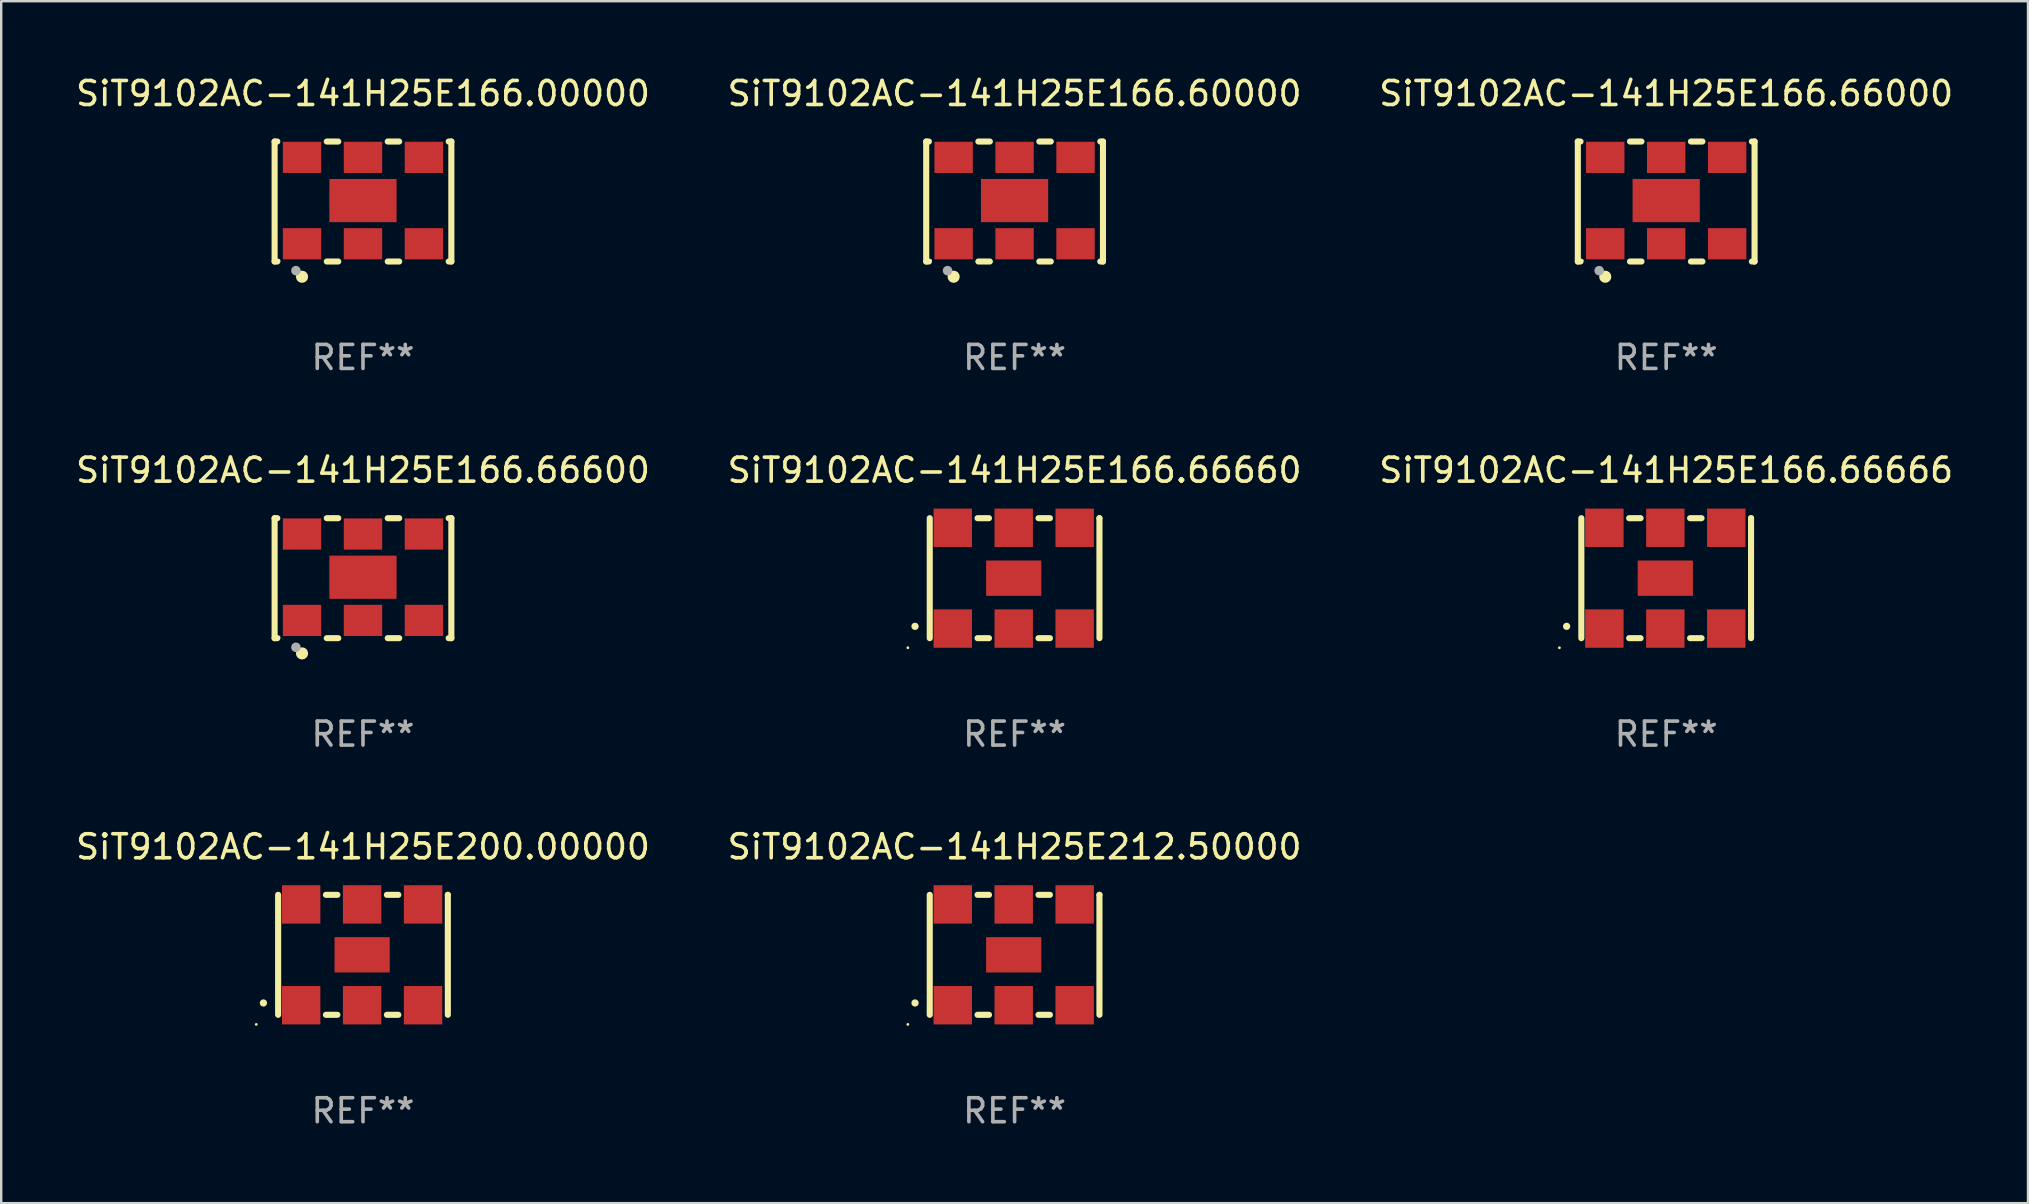
<source format=kicad_pcb>
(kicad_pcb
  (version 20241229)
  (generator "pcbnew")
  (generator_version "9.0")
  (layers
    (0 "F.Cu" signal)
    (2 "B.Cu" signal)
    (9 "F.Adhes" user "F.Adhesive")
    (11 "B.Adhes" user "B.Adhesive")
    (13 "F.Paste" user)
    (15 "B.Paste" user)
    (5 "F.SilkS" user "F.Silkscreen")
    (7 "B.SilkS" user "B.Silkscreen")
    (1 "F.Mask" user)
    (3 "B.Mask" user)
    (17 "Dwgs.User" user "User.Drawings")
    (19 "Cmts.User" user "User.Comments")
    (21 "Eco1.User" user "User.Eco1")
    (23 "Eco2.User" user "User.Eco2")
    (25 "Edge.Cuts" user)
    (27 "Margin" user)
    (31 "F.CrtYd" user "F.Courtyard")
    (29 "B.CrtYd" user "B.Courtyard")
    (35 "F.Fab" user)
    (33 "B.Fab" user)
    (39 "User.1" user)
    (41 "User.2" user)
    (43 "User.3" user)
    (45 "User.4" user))
  (footprint "SiT9102AC-141H25E166.00000"
    (layer "F.Cu")
    (at 12.077 5.348)
    (property "Reference" "SiT9102AC-141H25E166.00000" (at 0 -4.5 0) (layer "F.SilkS") (effects (font (size 1 1) (thickness 0.15))))
    (attr through_hole)
    (fp_line (start -3.683 -2.5) (end -3.571 -2.5) (stroke (width 0.254) (type solid)) (layer "F.SilkS"))
    (fp_line (start -3.683 2.5) (end -3.683 -2.5) (stroke (width 0.254) (type solid)) (layer "F.SilkS"))
    (fp_line (start -3.683 2.5) (end -3.571 2.5) (stroke (width 0.254) (type solid)) (layer "F.SilkS"))
    (fp_line (start -1.509 -2.5) (end -1.031 -2.5) (stroke (width 0.254) (type solid)) (layer "F.SilkS"))
    (fp_line (start -1.509 2.5) (end -1.031 2.5) (stroke (width 0.254) (type solid)) (layer "F.SilkS"))
    (fp_line (start 1.031 -2.5) (end 1.509 -2.5) (stroke (width 0.254) (type solid)) (layer "F.SilkS"))
    (fp_line (start 1.031 2.5) (end 1.509 2.5) (stroke (width 0.254) (type solid)) (layer "F.SilkS"))
    (fp_line (start 3.571 -2.5) (end 3.683 -2.5) (stroke (width 0.254) (type solid)) (layer "F.SilkS"))
    (fp_line (start 3.571 2.5) (end 3.683 2.5) (stroke (width 0.254) (type solid)) (layer "F.SilkS"))
    (fp_line (start 3.683 2.5) (end 3.683 -2.5) (stroke (width 0.254) (type solid)) (layer "F.SilkS"))
    (fp_circle (center -3.5 2.46) (end -3.47 2.46) (stroke (width 0.06) (type solid)) (fill no) (layer "F.SilkS"))
    (fp_circle (center -2.54 3.135) (end -2.413 3.135) (stroke (width 0.254) (type solid)) (fill no) (layer "F.SilkS"))
    (fp_circle (center -2.794 2.881) (end -2.694 2.881) (stroke (width 0.2) (type solid)) (fill no) (layer "F.Fab"))
    (fp_text user "REF**" (at 0 6.5 0) (layer "F.Fab") (effects (font (size 1 1) (thickness 0.15))))
    (pad "1" smd rect (at -2.54 1.76) (size 1.6 1.3) (layers "F.Cu" "F.Mask" "F.Paste"))
    (pad "2" smd rect (at 0 1.76) (size 1.6 1.3) (layers "F.Cu" "F.Mask" "F.Paste"))
    (pad "3" smd rect (at 2.54 1.76) (size 1.6 1.3) (layers "F.Cu" "F.Mask" "F.Paste"))
    (pad "4" smd rect (at 2.54 -1.84) (size 1.6 1.3) (layers "F.Cu" "F.Mask" "F.Paste"))
    (pad "5" smd rect (at 0 -1.84) (size 1.6 1.3) (layers "F.Cu" "F.Mask" "F.Paste"))
    (pad "6" smd rect (at -2.54 -1.84) (size 1.6 1.3) (layers "F.Cu" "F.Mask" "F.Paste"))
    (pad "7" smd rect (at 0 -0.04) (size 2.8 1.8) (layers "F.Cu" "F.Mask" "F.Paste")))
  (footprint "SiT9102AC-141H25E166.60000"
    (layer "F.Cu")
    (at 39.232 5.348)
    (property "Reference" "SiT9102AC-141H25E166.60000" (at 0 -4.5 0) (layer "F.SilkS") (effects (font (size 1 1) (thickness 0.15))))
    (attr through_hole)
    (fp_line (start -3.683 -2.5) (end -3.571 -2.5) (stroke (width 0.254) (type solid)) (layer "F.SilkS"))
    (fp_line (start -3.683 2.5) (end -3.683 -2.5) (stroke (width 0.254) (type solid)) (layer "F.SilkS"))
    (fp_line (start -3.683 2.5) (end -3.571 2.5) (stroke (width 0.254) (type solid)) (layer "F.SilkS"))
    (fp_line (start -1.509 -2.5) (end -1.031 -2.5) (stroke (width 0.254) (type solid)) (layer "F.SilkS"))
    (fp_line (start -1.509 2.5) (end -1.031 2.5) (stroke (width 0.254) (type solid)) (layer "F.SilkS"))
    (fp_line (start 1.031 -2.5) (end 1.509 -2.5) (stroke (width 0.254) (type solid)) (layer "F.SilkS"))
    (fp_line (start 1.031 2.5) (end 1.509 2.5) (stroke (width 0.254) (type solid)) (layer "F.SilkS"))
    (fp_line (start 3.571 -2.5) (end 3.683 -2.5) (stroke (width 0.254) (type solid)) (layer "F.SilkS"))
    (fp_line (start 3.571 2.5) (end 3.683 2.5) (stroke (width 0.254) (type solid)) (layer "F.SilkS"))
    (fp_line (start 3.683 2.5) (end 3.683 -2.5) (stroke (width 0.254) (type solid)) (layer "F.SilkS"))
    (fp_circle (center -3.5 2.46) (end -3.47 2.46) (stroke (width 0.06) (type solid)) (fill no) (layer "F.SilkS"))
    (fp_circle (center -2.54 3.135) (end -2.413 3.135) (stroke (width 0.254) (type solid)) (fill no) (layer "F.SilkS"))
    (fp_circle (center -2.794 2.881) (end -2.694 2.881) (stroke (width 0.2) (type solid)) (fill no) (layer "F.Fab"))
    (fp_text user "REF**" (at 0 6.5 0) (layer "F.Fab") (effects (font (size 1 1) (thickness 0.15))))
    (pad "1" smd rect (at -2.54 1.76) (size 1.6 1.3) (layers "F.Cu" "F.Mask" "F.Paste"))
    (pad "2" smd rect (at 0 1.76) (size 1.6 1.3) (layers "F.Cu" "F.Mask" "F.Paste"))
    (pad "3" smd rect (at 2.54 1.76) (size 1.6 1.3) (layers "F.Cu" "F.Mask" "F.Paste"))
    (pad "4" smd rect (at 2.54 -1.84) (size 1.6 1.3) (layers "F.Cu" "F.Mask" "F.Paste"))
    (pad "5" smd rect (at 0 -1.84) (size 1.6 1.3) (layers "F.Cu" "F.Mask" "F.Paste"))
    (pad "6" smd rect (at -2.54 -1.84) (size 1.6 1.3) (layers "F.Cu" "F.Mask" "F.Paste"))
    (pad "7" smd rect (at 0 -0.04) (size 2.8 1.8) (layers "F.Cu" "F.Mask" "F.Paste")))
  (footprint "SiT9102AC-141H25E166.66000"
    (layer "F.Cu")
    (at 66.387 5.348)
    (property "Reference" "SiT9102AC-141H25E166.66000" (at 0 -4.5 0) (layer "F.SilkS") (effects (font (size 1 1) (thickness 0.15))))
    (attr through_hole)
    (fp_line (start -3.683 -2.5) (end -3.571 -2.5) (stroke (width 0.254) (type solid)) (layer "F.SilkS"))
    (fp_line (start -3.683 2.5) (end -3.683 -2.5) (stroke (width 0.254) (type solid)) (layer "F.SilkS"))
    (fp_line (start -3.683 2.5) (end -3.571 2.5) (stroke (width 0.254) (type solid)) (layer "F.SilkS"))
    (fp_line (start -1.509 -2.5) (end -1.031 -2.5) (stroke (width 0.254) (type solid)) (layer "F.SilkS"))
    (fp_line (start -1.509 2.5) (end -1.031 2.5) (stroke (width 0.254) (type solid)) (layer "F.SilkS"))
    (fp_line (start 1.031 -2.5) (end 1.509 -2.5) (stroke (width 0.254) (type solid)) (layer "F.SilkS"))
    (fp_line (start 1.031 2.5) (end 1.509 2.5) (stroke (width 0.254) (type solid)) (layer "F.SilkS"))
    (fp_line (start 3.571 -2.5) (end 3.683 -2.5) (stroke (width 0.254) (type solid)) (layer "F.SilkS"))
    (fp_line (start 3.571 2.5) (end 3.683 2.5) (stroke (width 0.254) (type solid)) (layer "F.SilkS"))
    (fp_line (start 3.683 2.5) (end 3.683 -2.5) (stroke (width 0.254) (type solid)) (layer "F.SilkS"))
    (fp_circle (center -3.5 2.46) (end -3.47 2.46) (stroke (width 0.06) (type solid)) (fill no) (layer "F.SilkS"))
    (fp_circle (center -2.54 3.135) (end -2.413 3.135) (stroke (width 0.254) (type solid)) (fill no) (layer "F.SilkS"))
    (fp_circle (center -2.794 2.881) (end -2.694 2.881) (stroke (width 0.2) (type solid)) (fill no) (layer "F.Fab"))
    (fp_text user "REF**" (at 0 6.5 0) (layer "F.Fab") (effects (font (size 1 1) (thickness 0.15))))
    (pad "1" smd rect (at -2.54 1.76) (size 1.6 1.3) (layers "F.Cu" "F.Mask" "F.Paste"))
    (pad "2" smd rect (at 0 1.76) (size 1.6 1.3) (layers "F.Cu" "F.Mask" "F.Paste"))
    (pad "3" smd rect (at 2.54 1.76) (size 1.6 1.3) (layers "F.Cu" "F.Mask" "F.Paste"))
    (pad "4" smd rect (at 2.54 -1.84) (size 1.6 1.3) (layers "F.Cu" "F.Mask" "F.Paste"))
    (pad "5" smd rect (at 0 -1.84) (size 1.6 1.3) (layers "F.Cu" "F.Mask" "F.Paste"))
    (pad "6" smd rect (at -2.54 -1.84) (size 1.6 1.3) (layers "F.Cu" "F.Mask" "F.Paste"))
    (pad "7" smd rect (at 0 -0.04) (size 2.8 1.8) (layers "F.Cu" "F.Mask" "F.Paste")))
  (footprint "SiT9102AC-141H25E212.50000"
    (layer "F.Cu")
    (at 39.232 36.741)
    (property "Reference" "SiT9102AC-141H25E212.50000" (at 0 -4.5 0) (layer "F.SilkS") (effects (font (size 1 1) (thickness 0.15))))
    (attr through_hole)
    (fp_line (start -3.536 -2.5) (end -3.536 2.5) (stroke (width 0.254) (type solid)) (layer "F.SilkS"))
    (fp_line (start -1.544 2.5) (end -1.067 2.5) (stroke (width 0.254) (type solid)) (layer "F.SilkS"))
    (fp_line (start -1.067 -2.5) (end -1.544 -2.5) (stroke (width 0.254) (type solid)) (layer "F.SilkS"))
    (fp_line (start 0.996 2.5) (end 1.473 2.5) (stroke (width 0.254) (type solid)) (layer "F.SilkS"))
    (fp_line (start 1.473 -2.5) (end 0.996 -2.5) (stroke (width 0.254) (type solid)) (layer "F.SilkS"))
    (fp_line (start 3.536 -2.5) (end 3.536 -2.5) (stroke (width 0.254) (type solid)) (layer "F.SilkS"))
    (fp_line (start 3.536 2.5) (end 3.536 -2.5) (stroke (width 0.254) (type solid)) (layer "F.SilkS"))
    (fp_arc (start -4.150432 2.006604) (mid -4.149162 2.006599) (end -4.147892 2.006604) (stroke (width 0.3) (type solid)) (layer "F.SilkS"))
    (fp_circle (center -4.449 2.9) (end -4.419 2.9) (stroke (width 0.06) (type solid)) (fill no) (layer "F.SilkS"))
    (fp_text user "REF**" (at 0 6.5 0) (layer "F.Fab") (effects (font (size 1 1) (thickness 0.15))))
    (pad "1" smd rect (at -2.576 2.1) (size 1.6 1.6) (layers "F.Cu" "F.Mask" "F.Paste"))
    (pad "2" smd rect (at -0.036 2.1) (size 1.6 1.6) (layers "F.Cu" "F.Mask" "F.Paste"))
    (pad "3" smd rect (at 2.504 2.1) (size 1.6 1.6) (layers "F.Cu" "F.Mask" "F.Paste"))
    (pad "4" smd rect (at 2.504 -2.1) (size 1.6 1.6) (layers "F.Cu" "F.Mask" "F.Paste"))
    (pad "5" smd rect (at -0.036 -2.1) (size 1.6 1.6) (layers "F.Cu" "F.Mask" "F.Paste"))
    (pad "6" smd rect (at -2.576 -2.1) (size 1.6 1.6) (layers "F.Cu" "F.Mask" "F.Paste"))
    (pad "7" smd rect (at -0.036 0) (size 2.3 1.47) (layers "F.Cu" "F.Mask" "F.Paste")))
  (footprint "SiT9102AC-141H25E166.66660"
    (layer "F.Cu")
    (at 39.232 21.045)
    (property "Reference" "SiT9102AC-141H25E166.66660" (at 0 -4.5 0) (layer "F.SilkS") (effects (font (size 1 1) (thickness 0.15))))
    (attr through_hole)
    (fp_line (start -3.536 -2.5) (end -3.536 2.5) (stroke (width 0.254) (type solid)) (layer "F.SilkS"))
    (fp_line (start -1.544 2.5) (end -1.067 2.5) (stroke (width 0.254) (type solid)) (layer "F.SilkS"))
    (fp_line (start -1.067 -2.5) (end -1.544 -2.5) (stroke (width 0.254) (type solid)) (layer "F.SilkS"))
    (fp_line (start 0.996 2.5) (end 1.473 2.5) (stroke (width 0.254) (type solid)) (layer "F.SilkS"))
    (fp_line (start 1.473 -2.5) (end 0.996 -2.5) (stroke (width 0.254) (type solid)) (layer "F.SilkS"))
    (fp_line (start 3.536 -2.5) (end 3.536 -2.5) (stroke (width 0.254) (type solid)) (layer "F.SilkS"))
    (fp_line (start 3.536 2.5) (end 3.536 -2.5) (stroke (width 0.254) (type solid)) (layer "F.SilkS"))
    (fp_arc (start -4.150432 2.006604) (mid -4.149162 2.006599) (end -4.147892 2.006604) (stroke (width 0.3) (type solid)) (layer "F.SilkS"))
    (fp_circle (center -4.449 2.9) (end -4.419 2.9) (stroke (width 0.06) (type solid)) (fill no) (layer "F.SilkS"))
    (fp_text user "REF**" (at 0 6.5 0) (layer "F.Fab") (effects (font (size 1 1) (thickness 0.15))))
    (pad "1" smd rect (at -2.576 2.1) (size 1.6 1.6) (layers "F.Cu" "F.Mask" "F.Paste"))
    (pad "2" smd rect (at -0.036 2.1) (size 1.6 1.6) (layers "F.Cu" "F.Mask" "F.Paste"))
    (pad "3" smd rect (at 2.504 2.1) (size 1.6 1.6) (layers "F.Cu" "F.Mask" "F.Paste"))
    (pad "4" smd rect (at 2.504 -2.1) (size 1.6 1.6) (layers "F.Cu" "F.Mask" "F.Paste"))
    (pad "5" smd rect (at -0.036 -2.1) (size 1.6 1.6) (layers "F.Cu" "F.Mask" "F.Paste"))
    (pad "6" smd rect (at -2.576 -2.1) (size 1.6 1.6) (layers "F.Cu" "F.Mask" "F.Paste"))
    (pad "7" smd rect (at -0.036 0) (size 2.3 1.47) (layers "F.Cu" "F.Mask" "F.Paste")))
  (footprint "SiT9102AC-141H25E200.00000"
    (layer "F.Cu")
    (at 12.077 36.741)
    (property "Reference" "SiT9102AC-141H25E200.00000" (at 0 -4.5 0) (layer "F.SilkS") (effects (font (size 1 1) (thickness 0.15))))
    (attr through_hole)
    (fp_line (start -3.536 -2.5) (end -3.536 2.5) (stroke (width 0.254) (type solid)) (layer "F.SilkS"))
    (fp_line (start -1.544 2.5) (end -1.067 2.5) (stroke (width 0.254) (type solid)) (layer "F.SilkS"))
    (fp_line (start -1.067 -2.5) (end -1.544 -2.5) (stroke (width 0.254) (type solid)) (layer "F.SilkS"))
    (fp_line (start 0.996 2.5) (end 1.473 2.5) (stroke (width 0.254) (type solid)) (layer "F.SilkS"))
    (fp_line (start 1.473 -2.5) (end 0.996 -2.5) (stroke (width 0.254) (type solid)) (layer "F.SilkS"))
    (fp_line (start 3.536 -2.5) (end 3.536 -2.5) (stroke (width 0.254) (type solid)) (layer "F.SilkS"))
    (fp_line (start 3.536 2.5) (end 3.536 -2.5) (stroke (width 0.254) (type solid)) (layer "F.SilkS"))
    (fp_arc (start -4.150432 2.006604) (mid -4.149162 2.006599) (end -4.147892 2.006604) (stroke (width 0.3) (type solid)) (layer "F.SilkS"))
    (fp_circle (center -4.449 2.9) (end -4.419 2.9) (stroke (width 0.06) (type solid)) (fill no) (layer "F.SilkS"))
    (fp_text user "REF**" (at 0 6.5 0) (layer "F.Fab") (effects (font (size 1 1) (thickness 0.15))))
    (pad "1" smd rect (at -2.576 2.1) (size 1.6 1.6) (layers "F.Cu" "F.Mask" "F.Paste"))
    (pad "2" smd rect (at -0.036 2.1) (size 1.6 1.6) (layers "F.Cu" "F.Mask" "F.Paste"))
    (pad "3" smd rect (at 2.504 2.1) (size 1.6 1.6) (layers "F.Cu" "F.Mask" "F.Paste"))
    (pad "4" smd rect (at 2.504 -2.1) (size 1.6 1.6) (layers "F.Cu" "F.Mask" "F.Paste"))
    (pad "5" smd rect (at -0.036 -2.1) (size 1.6 1.6) (layers "F.Cu" "F.Mask" "F.Paste"))
    (pad "6" smd rect (at -2.576 -2.1) (size 1.6 1.6) (layers "F.Cu" "F.Mask" "F.Paste"))
    (pad "7" smd rect (at -0.036 0) (size 2.3 1.47) (layers "F.Cu" "F.Mask" "F.Paste")))
  (footprint "SiT9102AC-141H25E166.66666"
    (layer "F.Cu")
    (at 66.387 21.045)
    (property "Reference" "SiT9102AC-141H25E166.66666" (at 0 -4.5 0) (layer "F.SilkS") (effects (font (size 1 1) (thickness 0.15))))
    (attr through_hole)
    (fp_line (start -3.536 -2.5) (end -3.536 2.5) (stroke (width 0.254) (type solid)) (layer "F.SilkS"))
    (fp_line (start -1.544 2.5) (end -1.067 2.5) (stroke (width 0.254) (type solid)) (layer "F.SilkS"))
    (fp_line (start -1.067 -2.5) (end -1.544 -2.5) (stroke (width 0.254) (type solid)) (layer "F.SilkS"))
    (fp_line (start 0.996 2.5) (end 1.473 2.5) (stroke (width 0.254) (type solid)) (layer "F.SilkS"))
    (fp_line (start 1.473 -2.5) (end 0.996 -2.5) (stroke (width 0.254) (type solid)) (layer "F.SilkS"))
    (fp_line (start 3.536 -2.5) (end 3.536 -2.5) (stroke (width 0.254) (type solid)) (layer "F.SilkS"))
    (fp_line (start 3.536 2.5) (end 3.536 -2.5) (stroke (width 0.254) (type solid)) (layer "F.SilkS"))
    (fp_arc (start -4.150432 2.006604) (mid -4.149162 2.006599) (end -4.147892 2.006604) (stroke (width 0.3) (type solid)) (layer "F.SilkS"))
    (fp_circle (center -4.449 2.9) (end -4.419 2.9) (stroke (width 0.06) (type solid)) (fill no) (layer "F.SilkS"))
    (fp_text user "REF**" (at 0 6.5 0) (layer "F.Fab") (effects (font (size 1 1) (thickness 0.15))))
    (pad "1" smd rect (at -2.576 2.1) (size 1.6 1.6) (layers "F.Cu" "F.Mask" "F.Paste"))
    (pad "2" smd rect (at -0.036 2.1) (size 1.6 1.6) (layers "F.Cu" "F.Mask" "F.Paste"))
    (pad "3" smd rect (at 2.504 2.1) (size 1.6 1.6) (layers "F.Cu" "F.Mask" "F.Paste"))
    (pad "4" smd rect (at 2.504 -2.1) (size 1.6 1.6) (layers "F.Cu" "F.Mask" "F.Paste"))
    (pad "5" smd rect (at -0.036 -2.1) (size 1.6 1.6) (layers "F.Cu" "F.Mask" "F.Paste"))
    (pad "6" smd rect (at -2.576 -2.1) (size 1.6 1.6) (layers "F.Cu" "F.Mask" "F.Paste"))
    (pad "7" smd rect (at -0.036 0) (size 2.3 1.47) (layers "F.Cu" "F.Mask" "F.Paste")))
  (footprint "SiT9102AC-141H25E166.66600"
    (layer "F.Cu")
    (at 12.077 21.045)
    (property "Reference" "SiT9102AC-141H25E166.66600" (at 0 -4.5 0) (layer "F.SilkS") (effects (font (size 1 1) (thickness 0.15))))
    (attr through_hole)
    (fp_line (start -3.683 -2.5) (end -3.571 -2.5) (stroke (width 0.254) (type solid)) (layer "F.SilkS"))
    (fp_line (start -3.683 2.5) (end -3.683 -2.5) (stroke (width 0.254) (type solid)) (layer "F.SilkS"))
    (fp_line (start -3.683 2.5) (end -3.571 2.5) (stroke (width 0.254) (type solid)) (layer "F.SilkS"))
    (fp_line (start -1.509 -2.5) (end -1.031 -2.5) (stroke (width 0.254) (type solid)) (layer "F.SilkS"))
    (fp_line (start -1.509 2.5) (end -1.031 2.5) (stroke (width 0.254) (type solid)) (layer "F.SilkS"))
    (fp_line (start 1.031 -2.5) (end 1.509 -2.5) (stroke (width 0.254) (type solid)) (layer "F.SilkS"))
    (fp_line (start 1.031 2.5) (end 1.509 2.5) (stroke (width 0.254) (type solid)) (layer "F.SilkS"))
    (fp_line (start 3.571 -2.5) (end 3.683 -2.5) (stroke (width 0.254) (type solid)) (layer "F.SilkS"))
    (fp_line (start 3.571 2.5) (end 3.683 2.5) (stroke (width 0.254) (type solid)) (layer "F.SilkS"))
    (fp_line (start 3.683 2.5) (end 3.683 -2.5) (stroke (width 0.254) (type solid)) (layer "F.SilkS"))
    (fp_circle (center -3.5 2.46) (end -3.47 2.46) (stroke (width 0.06) (type solid)) (fill no) (layer "F.SilkS"))
    (fp_circle (center -2.54 3.135) (end -2.413 3.135) (stroke (width 0.254) (type solid)) (fill no) (layer "F.SilkS"))
    (fp_circle (center -2.794 2.881) (end -2.694 2.881) (stroke (width 0.2) (type solid)) (fill no) (layer "F.Fab"))
    (fp_text user "REF**" (at 0 6.5 0) (layer "F.Fab") (effects (font (size 1 1) (thickness 0.15))))
    (pad "1" smd rect (at -2.54 1.76) (size 1.6 1.3) (layers "F.Cu" "F.Mask" "F.Paste"))
    (pad "2" smd rect (at 0 1.76) (size 1.6 1.3) (layers "F.Cu" "F.Mask" "F.Paste"))
    (pad "3" smd rect (at 2.54 1.76) (size 1.6 1.3) (layers "F.Cu" "F.Mask" "F.Paste"))
    (pad "4" smd rect (at 2.54 -1.84) (size 1.6 1.3) (layers "F.Cu" "F.Mask" "F.Paste"))
    (pad "5" smd rect (at 0 -1.84) (size 1.6 1.3) (layers "F.Cu" "F.Mask" "F.Paste"))
    (pad "6" smd rect (at -2.54 -1.84) (size 1.6 1.3) (layers "F.Cu" "F.Mask" "F.Paste"))
    (pad "7" smd rect (at 0 -0.04) (size 2.8 1.8) (layers "F.Cu" "F.Mask" "F.Paste")))
  (gr_rect
    (start -3 -3)
    (end 81.464 47.09)
    (stroke (width 0.1) (type default))
    (fill no)
    (layer "Edge.Cuts")))
</source>
